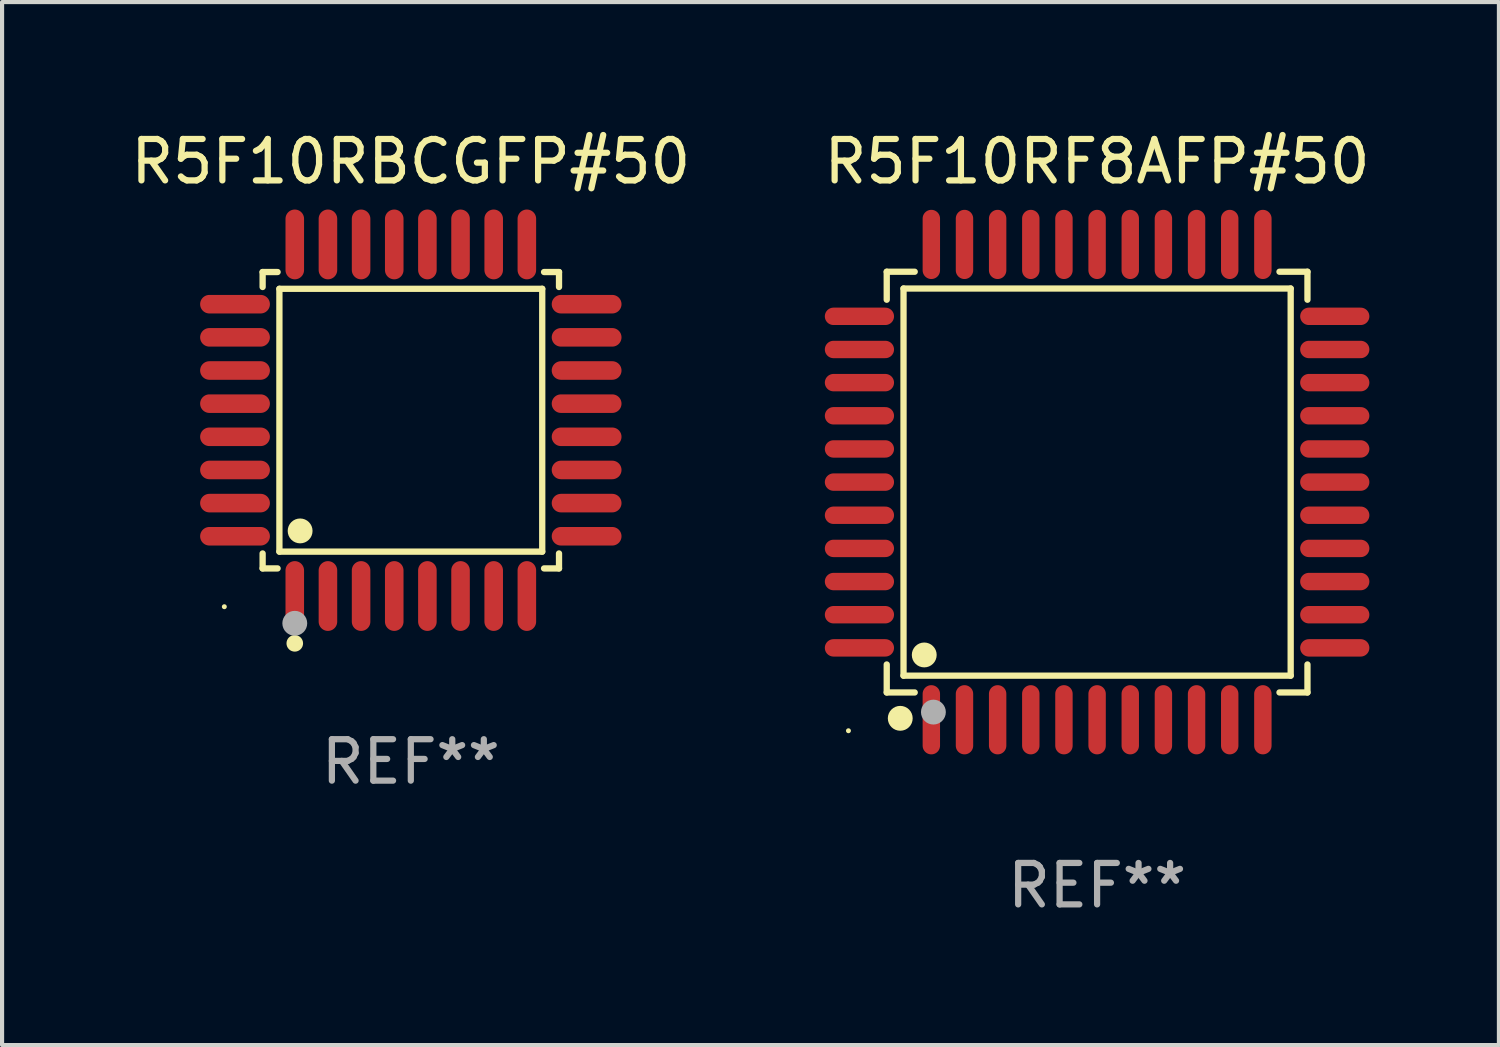
<source format=kicad_pcb>
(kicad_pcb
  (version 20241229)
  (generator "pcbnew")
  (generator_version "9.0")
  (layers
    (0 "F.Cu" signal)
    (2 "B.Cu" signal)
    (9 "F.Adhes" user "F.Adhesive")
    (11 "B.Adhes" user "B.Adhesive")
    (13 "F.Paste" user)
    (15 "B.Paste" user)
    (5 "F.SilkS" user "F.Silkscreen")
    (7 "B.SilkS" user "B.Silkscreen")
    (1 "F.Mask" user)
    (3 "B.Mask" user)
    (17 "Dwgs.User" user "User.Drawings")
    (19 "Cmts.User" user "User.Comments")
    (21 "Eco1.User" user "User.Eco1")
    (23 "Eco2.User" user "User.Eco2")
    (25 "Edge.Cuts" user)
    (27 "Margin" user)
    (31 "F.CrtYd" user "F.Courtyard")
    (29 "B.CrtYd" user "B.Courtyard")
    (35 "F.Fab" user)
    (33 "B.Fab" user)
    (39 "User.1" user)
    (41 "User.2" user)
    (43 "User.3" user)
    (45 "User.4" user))
  (footprint "R5F10RBCGFP#50"
    (layer "F.Cu")
    (at 6.863 7.09)
    (property "Reference" "R5F10RBCGFP#50" (at 0 -6.242 0) (layer "F.SilkS") (effects (font (size 1 1) (thickness 0.15))))
    (attr through_hole)
    (fp_line (start -3.576 -3.576) (end -3.215 -3.576) (stroke (width 0.152) (type solid)) (layer "F.SilkS"))
    (fp_line (start -3.576 -3.215) (end -3.576 -3.576) (stroke (width 0.152) (type solid)) (layer "F.SilkS"))
    (fp_line (start -3.576 3.215) (end -3.576 3.576) (stroke (width 0.152) (type solid)) (layer "F.SilkS"))
    (fp_line (start -3.576 3.576) (end -3.215 3.576) (stroke (width 0.152) (type solid)) (layer "F.SilkS"))
    (fp_line (start -3.171 -3.171) (end 3.171 -3.171) (stroke (width 0.152) (type solid)) (layer "F.SilkS"))
    (fp_line (start -3.171 3.171) (end -3.171 -3.171) (stroke (width 0.152) (type solid)) (layer "F.SilkS"))
    (fp_line (start 3.171 -3.171) (end 3.171 3.171) (stroke (width 0.152) (type solid)) (layer "F.SilkS"))
    (fp_line (start 3.171 3.171) (end -3.171 3.171) (stroke (width 0.152) (type solid)) (layer "F.SilkS"))
    (fp_line (start 3.576 -3.576) (end 3.215 -3.576) (stroke (width 0.152) (type solid)) (layer "F.SilkS"))
    (fp_line (start 3.576 -3.215) (end 3.576 -3.576) (stroke (width 0.152) (type solid)) (layer "F.SilkS"))
    (fp_line (start 3.576 3.215) (end 3.576 3.576) (stroke (width 0.152) (type solid)) (layer "F.SilkS"))
    (fp_line (start 3.576 3.576) (end 3.215 3.576) (stroke (width 0.152) (type solid)) (layer "F.SilkS"))
    (fp_circle (center -4.5 4.5) (end -4.47 4.5) (stroke (width 0.06) (type solid)) (fill no) (layer "F.SilkS"))
    (fp_circle (center -2.8 5.384) (end -2.7 5.384) (stroke (width 0.2) (type solid)) (fill no) (layer "F.SilkS"))
    (fp_circle (center -2.671 2.671) (end -2.521 2.671) (stroke (width 0.3) (type solid)) (fill no) (layer "F.SilkS"))
    (fp_circle (center -2.8 4.9) (end -2.65 4.9) (stroke (width 0.3) (type solid)) (fill no) (layer "F.Fab"))
    (fp_text user "REF**" (at 0 8.242 0) (layer "F.Fab") (effects (font (size 1 1) (thickness 0.15))))
    (pad "1" smd oval (at -2.8 4.242) (size 0.448 1.684) (layers "F.Cu" "F.Mask" "F.Paste"))
    (pad "2" smd oval (at -2 4.242) (size 0.448 1.684) (layers "F.Cu" "F.Mask" "F.Paste"))
    (pad "3" smd oval (at -1.2 4.242) (size 0.448 1.684) (layers "F.Cu" "F.Mask" "F.Paste"))
    (pad "4" smd oval (at -0.4 4.242) (size 0.448 1.684) (layers "F.Cu" "F.Mask" "F.Paste"))
    (pad "5" smd oval (at 0.4 4.242) (size 0.448 1.684) (layers "F.Cu" "F.Mask" "F.Paste"))
    (pad "6" smd oval (at 1.2 4.242) (size 0.448 1.684) (layers "F.Cu" "F.Mask" "F.Paste"))
    (pad "7" smd oval (at 2 4.242) (size 0.448 1.684) (layers "F.Cu" "F.Mask" "F.Paste"))
    (pad "8" smd oval (at 2.8 4.242) (size 0.448 1.684) (layers "F.Cu" "F.Mask" "F.Paste"))
    (pad "9" smd oval (at 4.242 2.8) (size 1.684 0.448) (layers "F.Cu" "F.Mask" "F.Paste"))
    (pad "10" smd oval (at 4.242 2) (size 1.684 0.448) (layers "F.Cu" "F.Mask" "F.Paste"))
    (pad "11" smd oval (at 4.242 1.2) (size 1.684 0.448) (layers "F.Cu" "F.Mask" "F.Paste"))
    (pad "12" smd oval (at 4.242 0.4) (size 1.684 0.448) (layers "F.Cu" "F.Mask" "F.Paste"))
    (pad "13" smd oval (at 4.242 -0.4) (size 1.684 0.448) (layers "F.Cu" "F.Mask" "F.Paste"))
    (pad "14" smd oval (at 4.242 -1.2) (size 1.684 0.448) (layers "F.Cu" "F.Mask" "F.Paste"))
    (pad "15" smd oval (at 4.242 -2) (size 1.684 0.448) (layers "F.Cu" "F.Mask" "F.Paste"))
    (pad "16" smd oval (at 4.242 -2.8) (size 1.684 0.448) (layers "F.Cu" "F.Mask" "F.Paste"))
    (pad "17" smd oval (at 2.8 -4.242) (size 0.448 1.684) (layers "F.Cu" "F.Mask" "F.Paste"))
    (pad "18" smd oval (at 2 -4.242) (size 0.448 1.684) (layers "F.Cu" "F.Mask" "F.Paste"))
    (pad "19" smd oval (at 1.2 -4.242) (size 0.448 1.684) (layers "F.Cu" "F.Mask" "F.Paste"))
    (pad "20" smd oval (at 0.4 -4.242) (size 0.448 1.684) (layers "F.Cu" "F.Mask" "F.Paste"))
    (pad "21" smd oval (at -0.4 -4.242) (size 0.448 1.684) (layers "F.Cu" "F.Mask" "F.Paste"))
    (pad "22" smd oval (at -1.2 -4.242) (size 0.448 1.684) (layers "F.Cu" "F.Mask" "F.Paste"))
    (pad "23" smd oval (at -2 -4.242) (size 0.448 1.684) (layers "F.Cu" "F.Mask" "F.Paste"))
    (pad "24" smd oval (at -2.8 -4.242) (size 0.448 1.684) (layers "F.Cu" "F.Mask" "F.Paste"))
    (pad "25" smd oval (at -4.242 -2.8) (size 1.684 0.448) (layers "F.Cu" "F.Mask" "F.Paste"))
    (pad "26" smd oval (at -4.242 -2) (size 1.684 0.448) (layers "F.Cu" "F.Mask" "F.Paste"))
    (pad "27" smd oval (at -4.242 -1.2) (size 1.684 0.448) (layers "F.Cu" "F.Mask" "F.Paste"))
    (pad "28" smd oval (at -4.242 -0.4) (size 1.684 0.448) (layers "F.Cu" "F.Mask" "F.Paste"))
    (pad "29" smd oval (at -4.242 0.4) (size 1.684 0.448) (layers "F.Cu" "F.Mask" "F.Paste"))
    (pad "30" smd oval (at -4.242 1.2) (size 1.684 0.448) (layers "F.Cu" "F.Mask" "F.Paste"))
    (pad "31" smd oval (at -4.242 2) (size 1.684 0.448) (layers "F.Cu" "F.Mask" "F.Paste"))
    (pad "32" smd oval (at -4.242 2.8) (size 1.684 0.448) (layers "F.Cu" "F.Mask" "F.Paste")))
  (footprint "R5F10RF8AFP#50"
    (layer "F.Cu")
    (at 23.423 8.583)
    (property "Reference" "R5F10RF8AFP#50" (at 0 -7.735 0) (layer "F.SilkS") (effects (font (size 1 1) (thickness 0.15))))
    (attr through_hole)
    (fp_line (start -5.076 -5.076) (end -4.401 -5.076) (stroke (width 0.152) (type solid)) (layer "F.SilkS"))
    (fp_line (start -5.076 -4.401) (end -5.076 -5.076) (stroke (width 0.152) (type solid)) (layer "F.SilkS"))
    (fp_line (start -5.076 4.401) (end -5.076 5.076) (stroke (width 0.152) (type solid)) (layer "F.SilkS"))
    (fp_line (start -5.076 5.076) (end -4.401 5.076) (stroke (width 0.152) (type solid)) (layer "F.SilkS"))
    (fp_line (start -4.671 -4.671) (end 4.671 -4.671) (stroke (width 0.152) (type solid)) (layer "F.SilkS"))
    (fp_line (start -4.671 4.671) (end -4.671 -4.671) (stroke (width 0.152) (type solid)) (layer "F.SilkS"))
    (fp_line (start 4.671 -4.671) (end 4.671 4.671) (stroke (width 0.152) (type solid)) (layer "F.SilkS"))
    (fp_line (start 4.671 4.671) (end -4.671 4.671) (stroke (width 0.152) (type solid)) (layer "F.SilkS"))
    (fp_line (start 5.076 -5.076) (end 4.401 -5.076) (stroke (width 0.152) (type solid)) (layer "F.SilkS"))
    (fp_line (start 5.076 -4.401) (end 5.076 -5.076) (stroke (width 0.152) (type solid)) (layer "F.SilkS"))
    (fp_line (start 5.076 4.401) (end 5.076 5.076) (stroke (width 0.152) (type solid)) (layer "F.SilkS"))
    (fp_line (start 5.076 5.076) (end 4.401 5.076) (stroke (width 0.152) (type solid)) (layer "F.SilkS"))
    (fp_circle (center -6 6) (end -5.97 6) (stroke (width 0.06) (type solid)) (fill no) (layer "F.SilkS"))
    (fp_circle (center -4.75 5.7) (end -4.6 5.7) (stroke (width 0.3) (type solid)) (fill no) (layer "F.SilkS"))
    (fp_circle (center -4.171 4.171) (end -4.021 4.171) (stroke (width 0.3) (type solid)) (fill no) (layer "F.SilkS"))
    (fp_circle (center -3.95 5.55) (end -3.8 5.55) (stroke (width 0.3) (type solid)) (fill no) (layer "F.Fab"))
    (fp_text user "REF**" (at 0 9.735 0) (layer "F.Fab") (effects (font (size 1 1) (thickness 0.15))))
    (pad "1" smd oval (at -4 5.735) (size 0.42 1.67) (layers "F.Cu" "F.Mask" "F.Paste"))
    (pad "2" smd oval (at -3.2 5.735) (size 0.42 1.67) (layers "F.Cu" "F.Mask" "F.Paste"))
    (pad "3" smd oval (at -2.4 5.735) (size 0.42 1.67) (layers "F.Cu" "F.Mask" "F.Paste"))
    (pad "4" smd oval (at -1.6 5.735) (size 0.42 1.67) (layers "F.Cu" "F.Mask" "F.Paste"))
    (pad "5" smd oval (at -0.8 5.735) (size 0.42 1.67) (layers "F.Cu" "F.Mask" "F.Paste"))
    (pad "6" smd oval (at 0 5.735) (size 0.42 1.67) (layers "F.Cu" "F.Mask" "F.Paste"))
    (pad "7" smd oval (at 0.8 5.735) (size 0.42 1.67) (layers "F.Cu" "F.Mask" "F.Paste"))
    (pad "8" smd oval (at 1.6 5.735) (size 0.42 1.67) (layers "F.Cu" "F.Mask" "F.Paste"))
    (pad "9" smd oval (at 2.4 5.735) (size 0.42 1.67) (layers "F.Cu" "F.Mask" "F.Paste"))
    (pad "10" smd oval (at 3.2 5.735) (size 0.42 1.67) (layers "F.Cu" "F.Mask" "F.Paste"))
    (pad "11" smd oval (at 4 5.735) (size 0.42 1.67) (layers "F.Cu" "F.Mask" "F.Paste"))
    (pad "12" smd oval (at 5.735 4) (size 1.67 0.42) (layers "F.Cu" "F.Mask" "F.Paste"))
    (pad "13" smd oval (at 5.735 3.2) (size 1.67 0.42) (layers "F.Cu" "F.Mask" "F.Paste"))
    (pad "14" smd oval (at 5.735 2.4) (size 1.67 0.42) (layers "F.Cu" "F.Mask" "F.Paste"))
    (pad "15" smd oval (at 5.735 1.6) (size 1.67 0.42) (layers "F.Cu" "F.Mask" "F.Paste"))
    (pad "16" smd oval (at 5.735 0.8) (size 1.67 0.42) (layers "F.Cu" "F.Mask" "F.Paste"))
    (pad "17" smd oval (at 5.735 0) (size 1.67 0.42) (layers "F.Cu" "F.Mask" "F.Paste"))
    (pad "18" smd oval (at 5.735 -0.8) (size 1.67 0.42) (layers "F.Cu" "F.Mask" "F.Paste"))
    (pad "19" smd oval (at 5.735 -1.6) (size 1.67 0.42) (layers "F.Cu" "F.Mask" "F.Paste"))
    (pad "20" smd oval (at 5.735 -2.4) (size 1.67 0.42) (layers "F.Cu" "F.Mask" "F.Paste"))
    (pad "21" smd oval (at 5.735 -3.2) (size 1.67 0.42) (layers "F.Cu" "F.Mask" "F.Paste"))
    (pad "22" smd oval (at 5.735 -4) (size 1.67 0.42) (layers "F.Cu" "F.Mask" "F.Paste"))
    (pad "23" smd oval (at 4 -5.735) (size 0.42 1.67) (layers "F.Cu" "F.Mask" "F.Paste"))
    (pad "24" smd oval (at 3.2 -5.735) (size 0.42 1.67) (layers "F.Cu" "F.Mask" "F.Paste"))
    (pad "25" smd oval (at 2.4 -5.735) (size 0.42 1.67) (layers "F.Cu" "F.Mask" "F.Paste"))
    (pad "26" smd oval (at 1.6 -5.735) (size 0.42 1.67) (layers "F.Cu" "F.Mask" "F.Paste"))
    (pad "27" smd oval (at 0.8 -5.735) (size 0.42 1.67) (layers "F.Cu" "F.Mask" "F.Paste"))
    (pad "28" smd oval (at 0 -5.735) (size 0.42 1.67) (layers "F.Cu" "F.Mask" "F.Paste"))
    (pad "29" smd oval (at -0.8 -5.735) (size 0.42 1.67) (layers "F.Cu" "F.Mask" "F.Paste"))
    (pad "30" smd oval (at -1.6 -5.735) (size 0.42 1.67) (layers "F.Cu" "F.Mask" "F.Paste"))
    (pad "31" smd oval (at -2.4 -5.735) (size 0.42 1.67) (layers "F.Cu" "F.Mask" "F.Paste"))
    (pad "32" smd oval (at -3.2 -5.735) (size 0.42 1.67) (layers "F.Cu" "F.Mask" "F.Paste"))
    (pad "33" smd oval (at -4 -5.735) (size 0.42 1.67) (layers "F.Cu" "F.Mask" "F.Paste"))
    (pad "34" smd oval (at -5.735 -4) (size 1.67 0.42) (layers "F.Cu" "F.Mask" "F.Paste"))
    (pad "35" smd oval (at -5.735 -3.2) (size 1.67 0.42) (layers "F.Cu" "F.Mask" "F.Paste"))
    (pad "36" smd oval (at -5.735 -2.4) (size 1.67 0.42) (layers "F.Cu" "F.Mask" "F.Paste"))
    (pad "37" smd oval (at -5.735 -1.6) (size 1.67 0.42) (layers "F.Cu" "F.Mask" "F.Paste"))
    (pad "38" smd oval (at -5.735 -0.8) (size 1.67 0.42) (layers "F.Cu" "F.Mask" "F.Paste"))
    (pad "39" smd oval (at -5.735 0) (size 1.67 0.42) (layers "F.Cu" "F.Mask" "F.Paste"))
    (pad "40" smd oval (at -5.735 0.8) (size 1.67 0.42) (layers "F.Cu" "F.Mask" "F.Paste"))
    (pad "41" smd oval (at -5.735 1.6) (size 1.67 0.42) (layers "F.Cu" "F.Mask" "F.Paste"))
    (pad "42" smd oval (at -5.735 2.4) (size 1.67 0.42) (layers "F.Cu" "F.Mask" "F.Paste"))
    (pad "43" smd oval (at -5.735 3.2) (size 1.67 0.42) (layers "F.Cu" "F.Mask" "F.Paste"))
    (pad "44" smd oval (at -5.735 4) (size 1.67 0.42) (layers "F.Cu" "F.Mask" "F.Paste")))
  (gr_rect
    (start -3 -3)
    (end 33.119 22.167)
    (stroke (width 0.1) (type default))
    (fill no)
    (layer "Edge.Cuts")))
</source>
